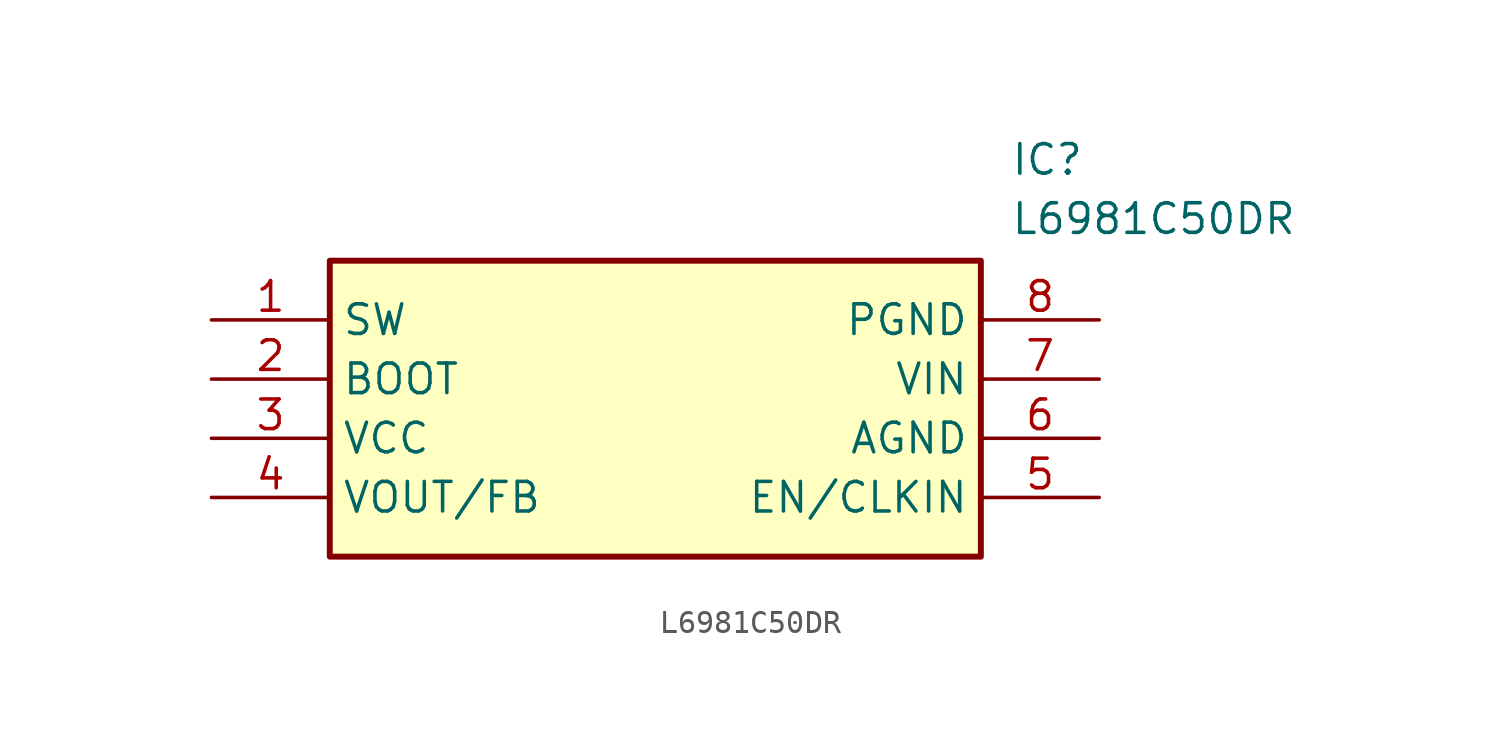
<source format=kicad_sym>
(kicad_symbol_lib
  (version 20211014)
  (generator SamacSys_ECAD_Model)
  (symbol "L6981C50DR"
    (property "Reference" "IC"
      (at 34.29 7.62 0)
      (effects (font (size 1.27 1.27)) (justify left top)))
    (property "Value" "L6981C50DR"
      (at 34.29 5.08 0)
      (effects (font (size 1.27 1.27)) (justify left top)))
    (rectangle
      (start 5.08 2.54)
      (end 33.02 -10.16)
      (stroke (width 0.254) (type default))
      (fill (type background)))
    (pin passive line
      (at 0 0 0)
      (length 5.08)
      (name "SW" (effects (font (size 1.27 1.27))))
      (number "1" (effects (font (size 1.27 1.27)))))
    (pin passive line
      (at 0 -2.54 0)
      (length 5.08)
      (name "BOOT" (effects (font (size 1.27 1.27))))
      (number "2" (effects (font (size 1.27 1.27)))))
    (pin passive line
      (at 0 -5.08 0)
      (length 5.08)
      (name "VCC" (effects (font (size 1.27 1.27))))
      (number "3" (effects (font (size 1.27 1.27)))))
    (pin passive line
      (at 0 -7.62 0)
      (length 5.08)
      (name "VOUT/FB" (effects (font (size 1.27 1.27))))
      (number "4" (effects (font (size 1.27 1.27)))))
    (pin passive line
      (at 38.1 0 180)
      (length 5.08)
      (name "PGND" (effects (font (size 1.27 1.27))))
      (number "8" (effects (font (size 1.27 1.27)))))
    (pin passive line
      (at 38.1 -2.54 180)
      (length 5.08)
      (name "VIN" (effects (font (size 1.27 1.27))))
      (number "7" (effects (font (size 1.27 1.27)))))
    (pin passive line
      (at 38.1 -5.08 180)
      (length 5.08)
      (name "AGND" (effects (font (size 1.27 1.27))))
      (number "6" (effects (font (size 1.27 1.27)))))
    (pin passive line
      (at 38.1 -7.62 180)
      (length 5.08)
      (name "EN/CLKIN" (effects (font (size 1.27 1.27))))
      (number "5" (effects (font (size 1.27 1.27)))))))
</source>
